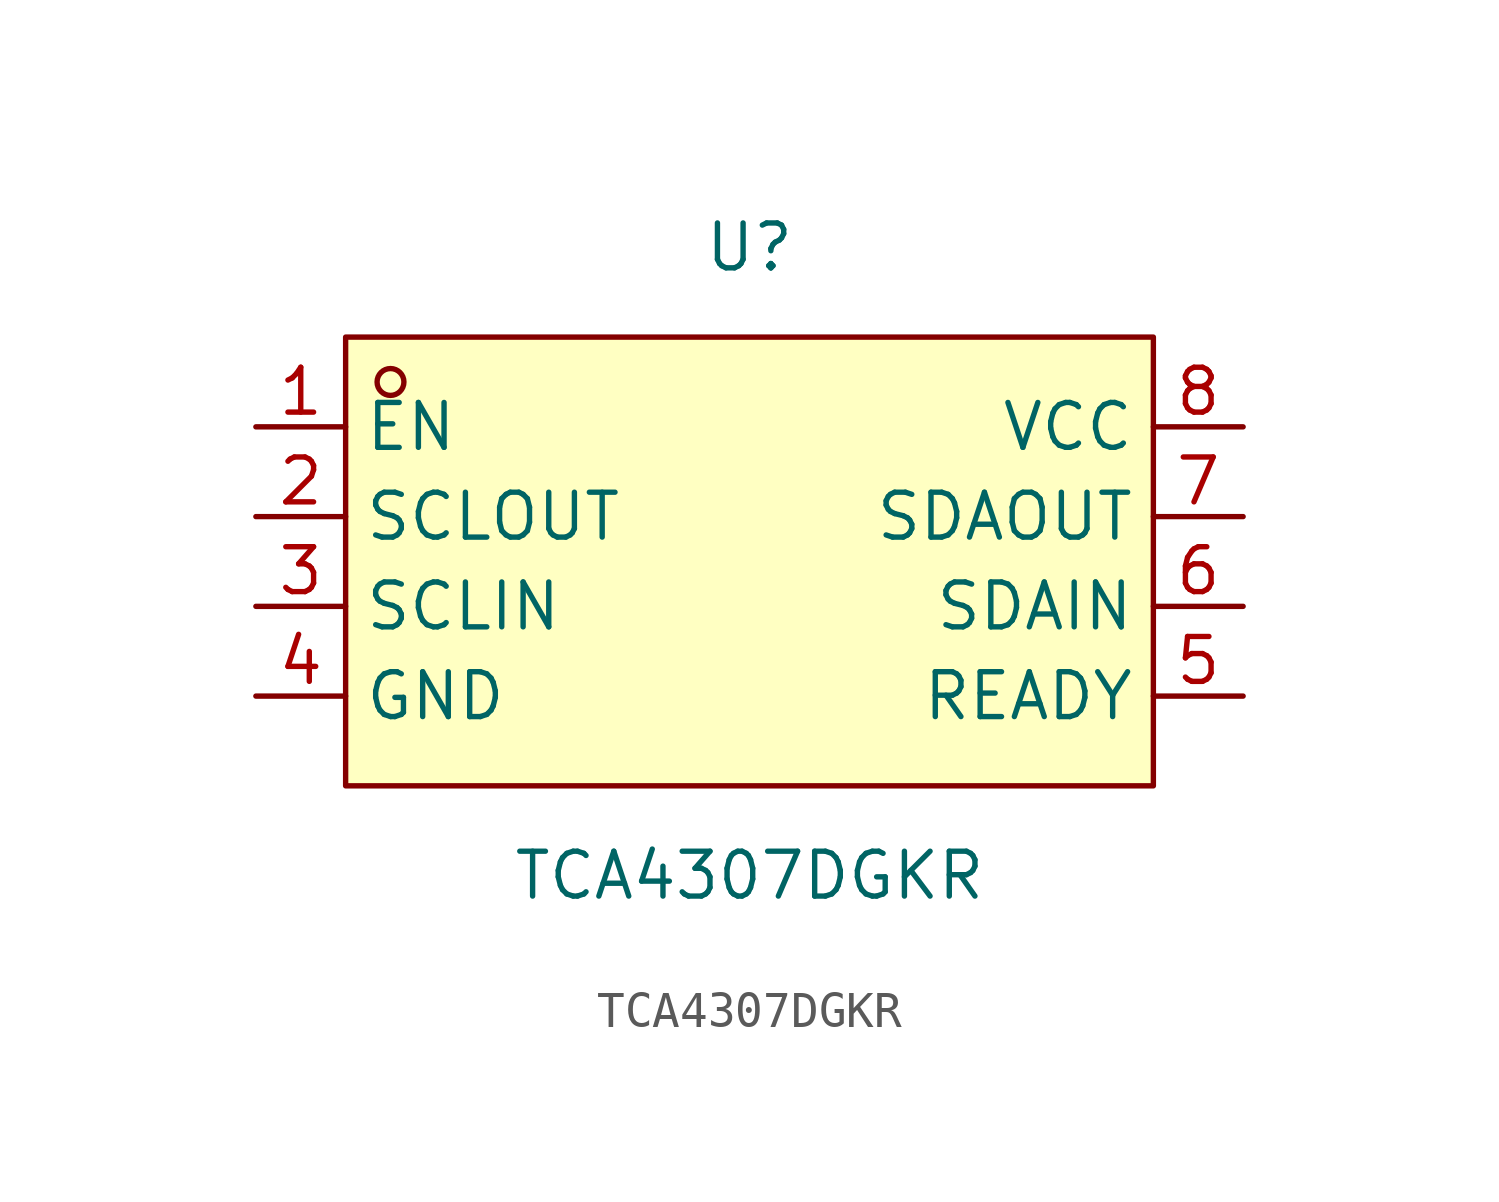
<source format=kicad_sym>
(kicad_symbol_lib
  (version 20211014)
  (generator https://github.com/uPesy/easyeda2kicad.py)
  (symbol "TCA4307DGKR"
    (property "Reference" "U"
      (at 0 8.89 0)
      (effects (font (size 1.27 1.27))))
    (property "Value" "TCA4307DGKR"
      (at 0 -8.89 0)
      (effects (font (size 1.27 1.27))))
    (symbol "TCA4307DGKR_0_1"
      (rectangle (start -11.43 6.35) (end 11.43 -6.35) (stroke (width 0) (type default) (color 0 0 0 0)) (fill (type background)))
      (circle (center -10.16 5.08) (radius 0.38) (stroke (width 0) (type default) (color 0 0 0 0)) (fill (type none)))
      (pin unspecified line (at -13.97 3.81 0) (length 2.54) (name "EN" (effects (font (size 1.27 1.27)))) (number "1" (effects (font (size 1.27 1.27)))))
      (pin unspecified line (at -13.97 1.27 0) (length 2.54) (name "SCLOUT" (effects (font (size 1.27 1.27)))) (number "2" (effects (font (size 1.27 1.27)))))
      (pin unspecified line (at -13.97 -1.27 0) (length 2.54) (name "SCLIN" (effects (font (size 1.27 1.27)))) (number "3" (effects (font (size 1.27 1.27)))))
      (pin unspecified line (at -13.97 -3.81 0) (length 2.54) (name "GND" (effects (font (size 1.27 1.27)))) (number "4" (effects (font (size 1.27 1.27)))))
      (pin unspecified line (at 13.97 -3.81 180) (length 2.54) (name "READY" (effects (font (size 1.27 1.27)))) (number "5" (effects (font (size 1.27 1.27)))))
      (pin unspecified line (at 13.97 -1.27 180) (length 2.54) (name "SDAIN" (effects (font (size 1.27 1.27)))) (number "6" (effects (font (size 1.27 1.27)))))
      (pin unspecified line (at 13.97 1.27 180) (length 2.54) (name "SDAOUT" (effects (font (size 1.27 1.27)))) (number "7" (effects (font (size 1.27 1.27)))))
      (pin unspecified line (at 13.97 3.81 180) (length 2.54) (name "VCC" (effects (font (size 1.27 1.27)))) (number "8" (effects (font (size 1.27 1.27))))))))
</source>
